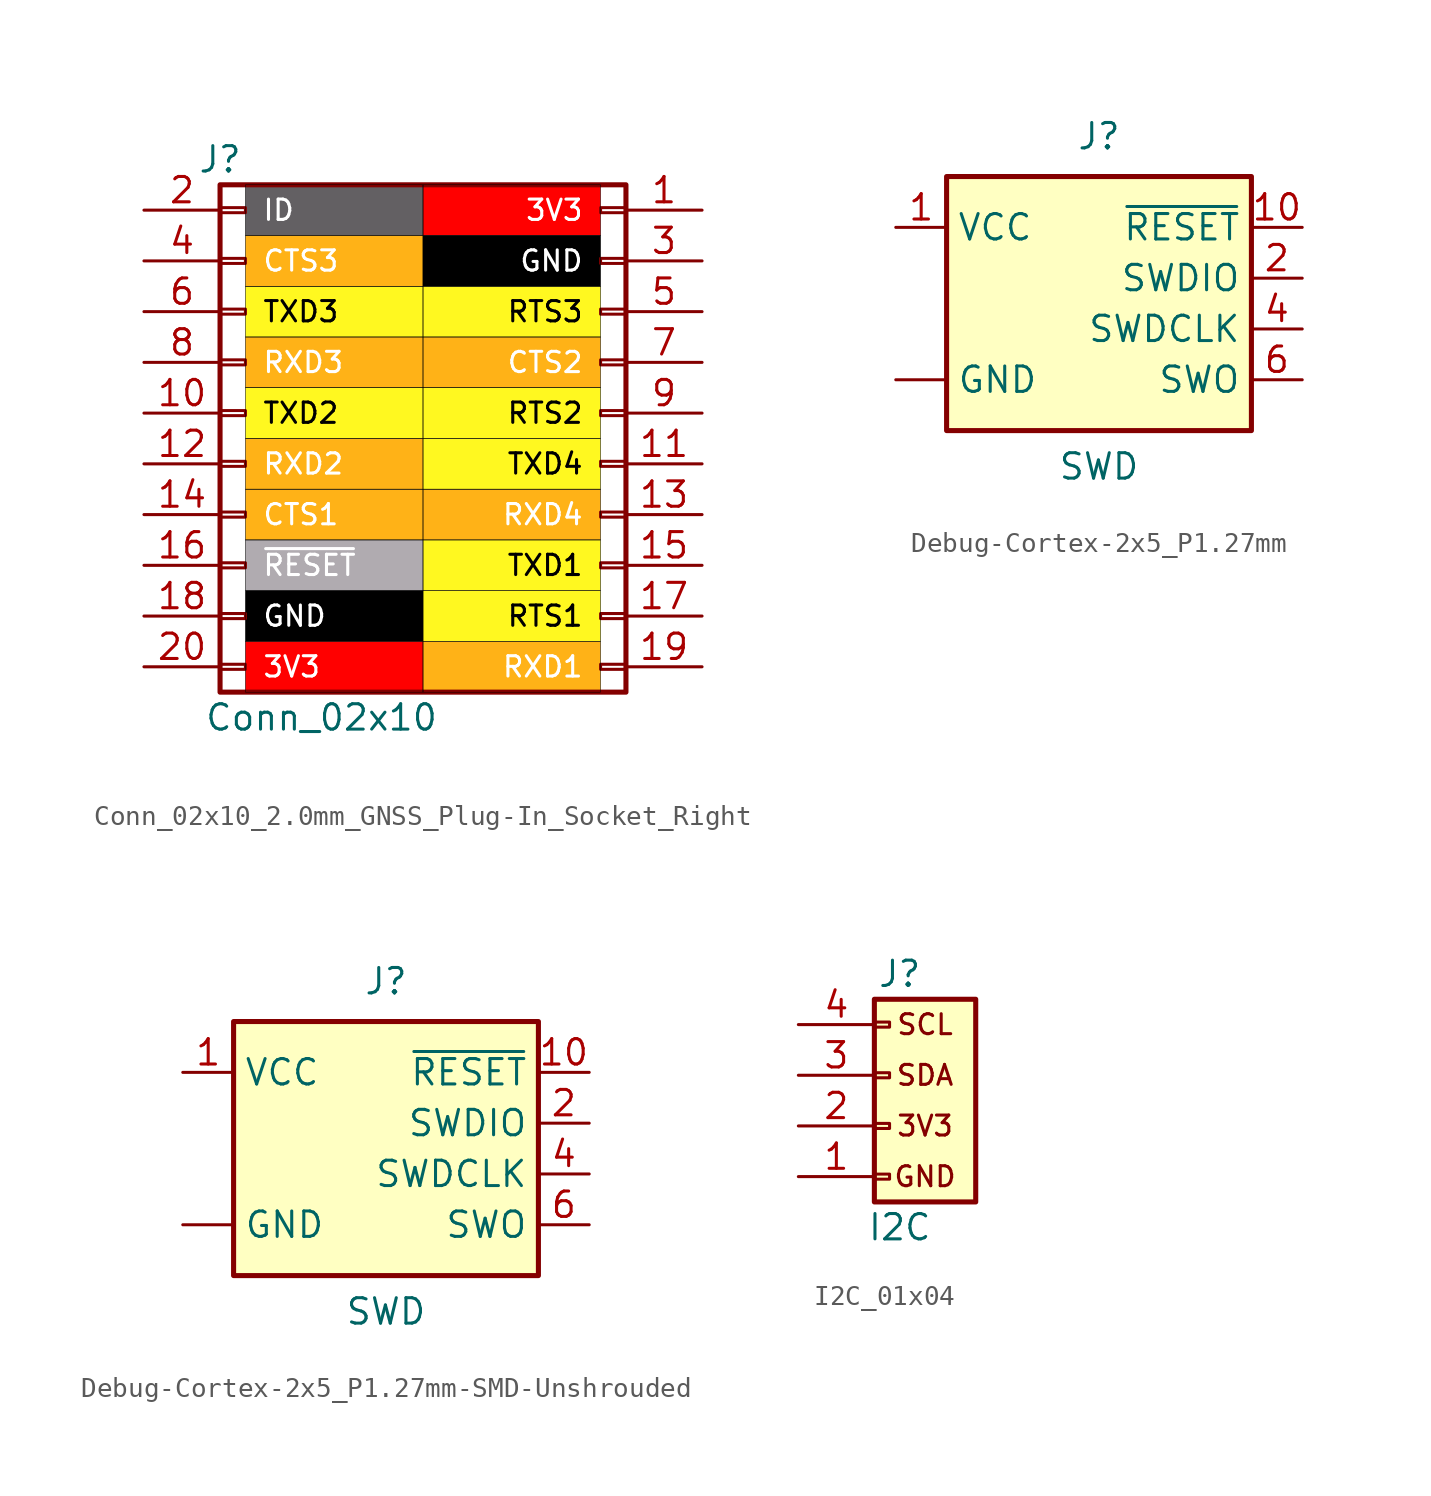
<source format=kicad_sym>
(kicad_symbol_lib
  (version 20231120)
  (generator "kicad_symbol_editor")
  (generator_version "8.0")
  (symbol "Conn_02x10_2.0mm_GNSS_Plug-In_Socket_Right"
    (pin_names
      (offset 1.016) hide)
    (property "Reference" "J"
      (at -10.16 12.7 0)
      (effects (font (size 1.27 1.27))))
    (property "Value" "Conn_02x10"
      (at -5.08 -15.24 0)
      (effects (font (size 1.27 1.27))))
    (symbol "Conn_02x10_2.0mm_GNSS_Plug-In_Socket_Right_1_1"
      (rectangle (start -10.16 -12.573) (end -8.89 -12.827) (stroke (width 0.152) (type default)) (fill (type none)))
      (rectangle (start -10.16 -10.033) (end -8.89 -10.287) (stroke (width 0.152) (type default)) (fill (type none)))
      (rectangle (start -10.16 -7.493) (end -8.89 -7.747) (stroke (width 0.152) (type default)) (fill (type none)))
      (rectangle (start -10.16 -4.953) (end -8.89 -5.207) (stroke (width 0.152) (type default)) (fill (type none)))
      (rectangle (start -10.16 -2.413) (end -8.89 -2.667) (stroke (width 0.152) (type default)) (fill (type none)))
      (rectangle (start -10.16 0.127) (end -8.89 -0.127) (stroke (width 0.152) (type default)) (fill (type none)))
      (rectangle (start -10.16 2.667) (end -8.89 2.413) (stroke (width 0.152) (type default)) (fill (type none)))
      (rectangle (start -10.16 5.207) (end -8.89 4.953) (stroke (width 0.152) (type default)) (fill (type none)))
      (rectangle (start -10.16 7.747) (end -8.89 7.493) (stroke (width 0.152) (type default)) (fill (type none)))
      (rectangle (start -10.16 10.287) (end -8.89 10.033) (stroke (width 0.152) (type default)) (fill (type none)))
      (rectangle (start -10.16 11.43) (end 10.16 -13.97) (stroke (width 0.254) (type default)) (fill (type none)))
      (rectangle (start 8.89 -12.573) (end 10.16 -12.827) (stroke (width 0.152) (type default)) (fill (type none)))
      (rectangle (start 8.89 -10.033) (end 10.16 -10.287) (stroke (width 0.152) (type default)) (fill (type none)))
      (rectangle (start 8.89 -7.493) (end 10.16 -7.747) (stroke (width 0.152) (type default)) (fill (type none)))
      (rectangle (start 8.89 -4.953) (end 10.16 -5.207) (stroke (width 0.152) (type default)) (fill (type none)))
      (rectangle (start 8.89 -2.413) (end 10.16 -2.667) (stroke (width 0.152) (type default)) (fill (type none)))
      (rectangle (start 8.89 0.127) (end 10.16 -0.127) (stroke (width 0.152) (type default)) (fill (type none)))
      (rectangle (start 8.89 2.667) (end 10.16 2.413) (stroke (width 0.152) (type default)) (fill (type none)))
      (rectangle (start 8.89 5.207) (end 10.16 4.953) (stroke (width 0.152) (type default)) (fill (type none)))
      (rectangle (start 8.89 7.747) (end 10.16 7.493) (stroke (width 0.152) (type default)) (fill (type none)))
      (rectangle (start 8.89 10.287) (end 10.16 10.033) (stroke (width 0.152) (type default)) (fill (type none)))
      (text_box "3V3" (at -8.89 -11.43 0) (size 8.89 -2.54) (stroke (width 0.025) (type default) (color 0 0 1 1)) (fill (type color) (color 255 0 0 1)) (effects (font (size 1.016 1.016) (color 255 255 255 1)) (justify left)))
      (text_box "3V3" (at 0 11.43 0) (size 8.89 -2.54) (stroke (width 0.025) (type default) (color 0 0 1 1)) (fill (type color) (color 255 0 0 1)) (effects (font (size 1.016 1.016) (color 255 255 255 1)) (justify right)))
      (text_box "CTS1" (at -8.89 -3.81 0) (size 8.89 -2.54) (stroke (width 0.025) (type default) (color 0 0 1 1)) (fill (type color) (color 255 178 23 1)) (effects (font (size 1.016 1.016) (color 255 255 255 1)) (justify left)))
      (text_box "CTS2" (at 0 3.81 0) (size 8.89 -2.54) (stroke (width 0.025) (type default) (color 0 0 1 1)) (fill (type color) (color 255 178 23 1)) (effects (font (size 1.016 1.016) (color 255 255 255 1)) (justify right)))
      (text_box "CTS3" (at -8.89 8.89 0) (size 8.89 -2.54) (stroke (width 0.025) (type default) (color 0 0 1 1)) (fill (type color) (color 255 178 23 1)) (effects (font (size 1.016 1.016) (color 255 255 255 1)) (justify left)))
      (text_box "GND" (at -8.89 -8.89 0) (size 8.89 -2.54) (stroke (width 0.025) (type default) (color 0 0 1 1)) (fill (type color) (color 0 0 0 1)) (effects (font (size 1.016 1.016) (color 255 255 255 1)) (justify left)))
      (text_box "GND" (at 0 8.89 0) (size 8.89 -2.54) (stroke (width 0.025) (type default) (color 0 0 1 1)) (fill (type color) (color 0 0 0 1)) (effects (font (size 1.016 1.016) (color 255 255 255 1)) (justify right)))
      (text_box "ID" (at -8.89 11.43 0) (size 8.89 -2.54) (stroke (width 0.025) (type default) (color 0 0 1 1)) (fill (type color) (color 99 96 99 1)) (effects (font (size 1.016 1.016) (color 255 255 255 1)) (justify left)))
      (text_box "RTS1" (at 0 -8.89 0) (size 8.89 -2.54) (stroke (width 0.025) (type default) (color 0 0 1 1)) (fill (type color) (color 255 248 32 1)) (effects (font (size 1.016 1.016) (color 0 0 0 1)) (justify right)))
      (text_box "RTS2" (at 0 1.27 0) (size 8.89 -2.54) (stroke (width 0.025) (type default) (color 0 0 1 1)) (fill (type color) (color 255 248 32 1)) (effects (font (size 1.016 1.016) (color 0 0 0 1)) (justify right)))
      (text_box "RTS3" (at 0 6.35 0) (size 8.89 -2.54) (stroke (width 0.025) (type default) (color 0 0 1 1)) (fill (type color) (color 255 248 32 1)) (effects (font (size 1.016 1.016) (color 0 0 0 1)) (justify right)))
      (text_box "RXD1" (at 0 -11.43 0) (size 8.89 -2.54) (stroke (width 0.025) (type default) (color 0 0 1 1)) (fill (type color) (color 255 178 23 1)) (effects (font (size 1.016 1.016) (color 255 255 255 1)) (justify right)))
      (text_box "RXD2" (at -8.89 -1.27 0) (size 8.89 -2.54) (stroke (width 0.025) (type default) (color 0 0 1 1)) (fill (type color) (color 255 178 23 1)) (effects (font (size 1.016 1.016) (color 255 255 255 1)) (justify left)))
      (text_box "RXD3" (at -8.89 3.81 0) (size 8.89 -2.54) (stroke (width 0.025) (type default) (color 0 0 1 1)) (fill (type color) (color 255 178 23 1)) (effects (font (size 1.016 1.016) (color 255 255 255 1)) (justify left)))
      (text_box "RXD4" (at 0 -3.81 0) (size 8.89 -2.54) (stroke (width 0.025) (type default) (color 0 0 1 1)) (fill (type color) (color 255 178 23 1)) (effects (font (size 1.016 1.016) (color 255 255 255 1)) (justify right)))
      (text_box "TXD1" (at 0 -6.35 0) (size 8.89 -2.54) (stroke (width 0.025) (type default) (color 0 0 1 1)) (fill (type color) (color 255 248 32 1)) (effects (font (size 1.016 1.016) (color 0 0 0 1)) (justify right)))
      (text_box "TXD2" (at -8.89 1.27 0) (size 8.89 -2.54) (stroke (width 0.025) (type default) (color 0 0 1 1)) (fill (type color) (color 255 248 32 1)) (effects (font (size 1.016 1.016) (color 0 0 0 1)) (justify left)))
      (text_box "TXD3" (at -8.89 6.35 0) (size 8.89 -2.54) (stroke (width 0.025) (type default) (color 0 0 1 1)) (fill (type color) (color 255 248 32 1)) (effects (font (size 1.016 1.016) (color 0 0 0 1)) (justify left)))
      (text_box "TXD4" (at 0 -1.27 0) (size 8.89 -2.54) (stroke (width 0.025) (type default) (color 0 0 1 1)) (fill (type color) (color 255 248 32 1)) (effects (font (size 1.016 1.016) (color 0 0 0 1)) (justify right)))
      (text_box "~{RESET}" (at -8.89 -6.35 0) (size 8.89 -2.54) (stroke (width 0.025) (type default) (color 0 0 1 1)) (fill (type color) (color 176 171 176 1)) (effects (font (size 1.016 1.016) (color 255 255 255 1)) (justify left)))
      (pin passive line (at 13.97 10.16 180) (length 3.81) (name "Pin_1" (effects (font (size 1.27 1.27)))) (number "1" (effects (font (size 1.27 1.27)))))
      (pin passive line (at -13.97 0 0) (length 3.81) (name "Pin_10" (effects (font (size 1.27 1.27)))) (number "10" (effects (font (size 1.27 1.27)))))
      (pin passive line (at 13.97 -2.54 180) (length 3.81) (name "Pin_1" (effects (font (size 1.27 1.27)))) (number "11" (effects (font (size 1.27 1.27)))))
      (pin passive line (at -13.97 -2.54 0) (length 3.81) (name "Pin_2" (effects (font (size 1.27 1.27)))) (number "12" (effects (font (size 1.27 1.27)))))
      (pin passive line (at 13.97 -5.08 180) (length 3.81) (name "Pin_1" (effects (font (size 1.27 1.27)))) (number "13" (effects (font (size 1.27 1.27)))))
      (pin passive line (at -13.97 -5.08 0) (length 3.81) (name "Pin_2" (effects (font (size 1.27 1.27)))) (number "14" (effects (font (size 1.27 1.27)))))
      (pin passive line (at 13.97 -7.62 180) (length 3.81) (name "Pin_1" (effects (font (size 1.27 1.27)))) (number "15" (effects (font (size 1.27 1.27)))))
      (pin passive line (at -13.97 -7.62 0) (length 3.81) (name "Pin_2" (effects (font (size 1.27 1.27)))) (number "16" (effects (font (size 1.27 1.27)))))
      (pin passive line (at 13.97 -10.16 180) (length 3.81) (name "Pin_1" (effects (font (size 1.27 1.27)))) (number "17" (effects (font (size 1.27 1.27)))))
      (pin passive line (at -13.97 -10.16 0) (length 3.81) (name "Pin_2" (effects (font (size 1.27 1.27)))) (number "18" (effects (font (size 1.27 1.27)))))
      (pin passive line (at 13.97 -12.7 180) (length 3.81) (name "Pin_1" (effects (font (size 1.27 1.27)))) (number "19" (effects (font (size 1.27 1.27)))))
      (pin passive line (at -13.97 10.16 0) (length 3.81) (name "Pin_2" (effects (font (size 1.27 1.27)))) (number "2" (effects (font (size 1.27 1.27)))))
      (pin passive line (at -13.97 -12.7 0) (length 3.81) (name "Pin_2" (effects (font (size 1.27 1.27)))) (number "20" (effects (font (size 1.27 1.27)))))
      (pin passive line (at 13.97 7.62 180) (length 3.81) (name "Pin_3" (effects (font (size 1.27 1.27)))) (number "3" (effects (font (size 1.27 1.27)))))
      (pin passive line (at -13.97 7.62 0) (length 3.81) (name "Pin_4" (effects (font (size 1.27 1.27)))) (number "4" (effects (font (size 1.27 1.27)))))
      (pin passive line (at 13.97 5.08 180) (length 3.81) (name "Pin_5" (effects (font (size 1.27 1.27)))) (number "5" (effects (font (size 1.27 1.27)))))
      (pin passive line (at -13.97 5.08 0) (length 3.81) (name "Pin_6" (effects (font (size 1.27 1.27)))) (number "6" (effects (font (size 1.27 1.27)))))
      (pin passive line (at 13.97 2.54 180) (length 3.81) (name "Pin_7" (effects (font (size 1.27 1.27)))) (number "7" (effects (font (size 1.27 1.27)))))
      (pin passive line (at -13.97 2.54 0) (length 3.81) (name "Pin_8" (effects (font (size 1.27 1.27)))) (number "8" (effects (font (size 1.27 1.27)))))
      (pin passive line (at 13.97 0 180) (length 3.81) (name "Pin_9" (effects (font (size 1.27 1.27)))) (number "9" (effects (font (size 1.27 1.27)))))))
  (symbol "Debug-Cortex-2x5_P1.27mm"
    (property "Reference" "J"
      (at 0 8.89 0)
      (effects (font (size 1.27 1.27)) (justify bottom)))
    (property "Value" "SWD"
      (at 0 -7.62 0)
      (effects (font (size 1.27 1.27)) (justify bottom)))
    (symbol "Debug-Cortex-2x5_P1.27mm_1_0"
      (pin power_in line (at -10.16 5.08 0) (length 2.54) (name "VCC" (effects (font (size 1.27 1.27)))) (number "1" (effects (font (size 1.27 1.27)))))
      (pin open_collector line (at 10.16 5.08 180) (length 2.54) (name "~{RESET}" (effects (font (size 1.27 1.27)))) (number "10" (effects (font (size 1.27 1.27)))))
      (pin bidirectional line (at 10.16 2.54 180) (length 2.54) (name "SWDIO" (effects (font (size 1.27 1.27)))) (number "2" (effects (font (size 1.27 1.27)))))
      (pin power_in line (at -10.16 -2.54 0) (length 2.54) (name "GND" (effects (font (size 1.27 1.27)))) (number "3" (effects (font (size 0 0)))))
      (pin output line (at 10.16 0 180) (length 2.54) (name "SWDCLK" (effects (font (size 1.27 1.27)))) (number "4" (effects (font (size 1.27 1.27)))))
      (pin power_in line (at -10.16 -2.54 0) (length 2.54) hide (name "GND" (effects (font (size 1.27 1.27)))) (number "5" (effects (font (size 0 0)))))
      (pin input line (at 10.16 -2.54 180) (length 2.54) (name "SWO" (effects (font (size 1.27 1.27)))) (number "6" (effects (font (size 1.27 1.27)))))
      (pin input line (at -10.16 -2.54 0) (length 2.54) hide (name "GND" (effects (font (size 1.27 1.27)))) (number "9" (effects (font (size 0 0))))))
    (symbol "Debug-Cortex-2x5_P1.27mm_1_1"
      (rectangle (start -7.62 7.62) (end 7.62 -5.08) (stroke (width 0.254) (type default)) (fill (type background)))))
  (symbol "Debug-Cortex-2x5_P1.27mm-SMD-Unshrouded"
    (property "Reference" "J"
      (at 0 8.89 0)
      (effects (font (size 1.27 1.27)) (justify bottom)))
    (property "Value" "SWD"
      (at 0 -7.62 0)
      (effects (font (size 1.27 1.27)) (justify bottom)))
    (symbol "Debug-Cortex-2x5_P1.27mm-SMD-Unshrouded_1_0"
      (pin power_in line (at -10.16 5.08 0) (length 2.54) (name "VCC" (effects (font (size 1.27 1.27)))) (number "1" (effects (font (size 1.27 1.27)))))
      (pin open_collector line (at 10.16 5.08 180) (length 2.54) (name "~{RESET}" (effects (font (size 1.27 1.27)))) (number "10" (effects (font (size 1.27 1.27)))))
      (pin bidirectional line (at 10.16 2.54 180) (length 2.54) (name "SWDIO" (effects (font (size 1.27 1.27)))) (number "2" (effects (font (size 1.27 1.27)))))
      (pin power_in line (at -10.16 -2.54 0) (length 2.54) (name "GND" (effects (font (size 1.27 1.27)))) (number "3" (effects (font (size 0 0)))))
      (pin output line (at 10.16 0 180) (length 2.54) (name "SWDCLK" (effects (font (size 1.27 1.27)))) (number "4" (effects (font (size 1.27 1.27)))))
      (pin power_in line (at -10.16 -2.54 0) (length 2.54) hide (name "GND" (effects (font (size 1.27 1.27)))) (number "5" (effects (font (size 0 0)))))
      (pin input line (at 10.16 -2.54 180) (length 2.54) (name "SWO" (effects (font (size 1.27 1.27)))) (number "6" (effects (font (size 1.27 1.27)))))
      (pin input line (at -10.16 -2.54 0) (length 2.54) hide (name "GND" (effects (font (size 1.27 1.27)))) (number "9" (effects (font (size 0 0))))))
    (symbol "Debug-Cortex-2x5_P1.27mm-SMD-Unshrouded_1_1"
      (rectangle (start -7.62 7.62) (end 7.62 -5.08) (stroke (width 0.254) (type default)) (fill (type background)))))
  (symbol "I2C_01x04"
    (pin_names
      (offset 1.016) hide)
    (property "Reference" "J"
      (at 0 5.08 0)
      (effects (font (size 1.27 1.27))))
    (property "Value" "I2C"
      (at 0 -7.62 0)
      (effects (font (size 1.27 1.27))))
    (symbol "I2C_01x04_1_1"
      (rectangle (start -1.27 -4.953) (end -0.508 -5.207) (stroke (width 0.152) (type default)) (fill (type none)))
      (rectangle (start -1.27 -2.413) (end -0.508 -2.667) (stroke (width 0.152) (type default)) (fill (type none)))
      (rectangle (start -1.27 0.127) (end -0.508 -0.127) (stroke (width 0.152) (type default)) (fill (type none)))
      (rectangle (start -1.27 2.667) (end -0.508 2.413) (stroke (width 0.152) (type default)) (fill (type none)))
      (rectangle (start -1.27 3.81) (end 3.81 -6.35) (stroke (width 0.254) (type default)) (fill (type background)))
      (text "3V3" (at 1.27 -2.54 0) (effects (font (size 1 1))))
      (text "GND" (at 1.27 -5.08 0) (effects (font (size 1 1))))
      (text "SCL" (at 1.27 2.54 0) (effects (font (size 1 1))))
      (text "SDA" (at 1.27 0 0) (effects (font (size 1 1))))
      (pin passive line (at -5.08 -5.08 0) (length 3.81) (name "Pin_1" (effects (font (size 1.27 1.27)))) (number "1" (effects (font (size 1.27 1.27)))))
      (pin passive line (at -5.08 -2.54 0) (length 3.81) (name "Pin_2" (effects (font (size 1.27 1.27)))) (number "2" (effects (font (size 1.27 1.27)))))
      (pin passive line (at -5.08 0 0) (length 3.81) (name "Pin_3" (effects (font (size 1.27 1.27)))) (number "3" (effects (font (size 1.27 1.27)))))
      (pin passive line (at -5.08 2.54 0) (length 3.81) (name "Pin_4" (effects (font (size 1.27 1.27)))) (number "4" (effects (font (size 1.27 1.27))))))))
</source>
